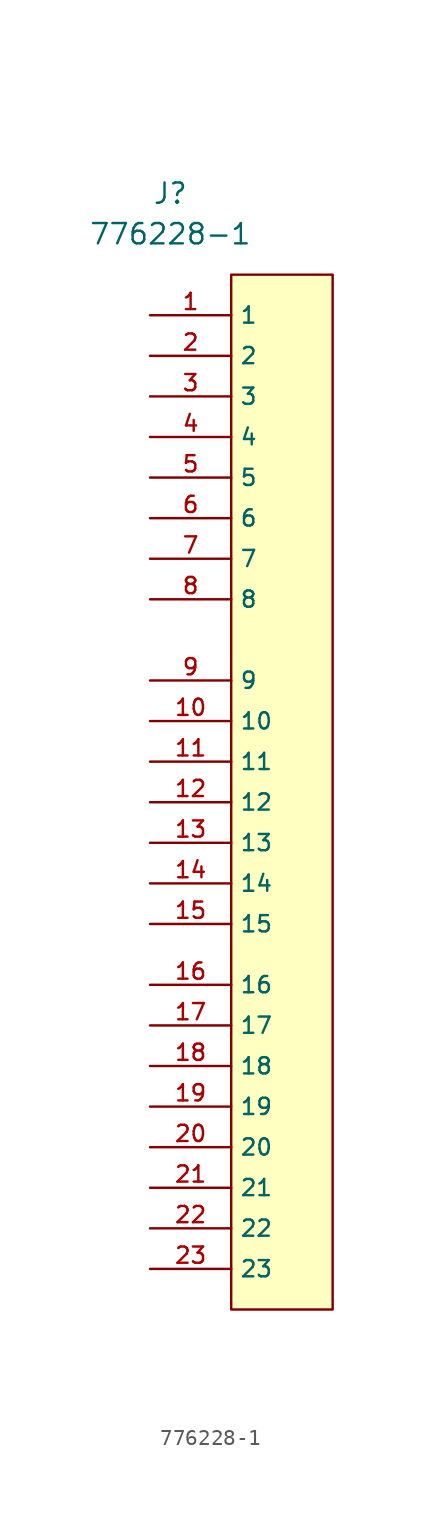
<source format=kicad_sym>
(kicad_symbol_lib
  (version 20211014)
  (generator kicad_symbol_editor)
  (symbol "776228-1"
    (property "Reference" "J"
      (at 1.27 7.62 0)
      (effects (font (size 1.27 1.27))))
    (property "Value" "776228-1"
      (at 1.27 5.08 0)
      (effects (font (size 1.27 1.27))))
    (symbol "776228-1_1_0"
      (pin passive line (at 0 0 0) (length 5.08) (name "1" (effects (font (size 1.016 1.016)))) (number "1" (effects (font (size 1.016 1.016)))))
      (pin passive line (at 0 -25.4 0) (length 5.08) (name "10" (effects (font (size 1.016 1.016)))) (number "10" (effects (font (size 1.016 1.016)))))
      (pin passive line (at 0 -27.94 0) (length 5.08) (name "11" (effects (font (size 1.016 1.016)))) (number "11" (effects (font (size 1.016 1.016)))))
      (pin passive line (at 0 -30.48 0) (length 5.08) (name "12" (effects (font (size 1.016 1.016)))) (number "12" (effects (font (size 1.016 1.016)))))
      (pin passive line (at 0 -33.02 0) (length 5.08) (name "13" (effects (font (size 1.016 1.016)))) (number "13" (effects (font (size 1.016 1.016)))))
      (pin passive line (at 0 -35.56 0) (length 5.08) (name "14" (effects (font (size 1.016 1.016)))) (number "14" (effects (font (size 1.016 1.016)))))
      (pin passive line (at 0 -38.1 0) (length 5.08) (name "15" (effects (font (size 1.016 1.016)))) (number "15" (effects (font (size 1.016 1.016)))))
      (pin passive line (at 0 -41.91 0) (length 5.08) (name "16" (effects (font (size 1.016 1.016)))) (number "16" (effects (font (size 1.016 1.016)))))
      (pin passive line (at 0 -44.45 0) (length 5.08) (name "17" (effects (font (size 1.016 1.016)))) (number "17" (effects (font (size 1.016 1.016)))))
      (pin passive line (at 0 -46.99 0) (length 5.08) (name "18" (effects (font (size 1.016 1.016)))) (number "18" (effects (font (size 1.016 1.016)))))
      (pin passive line (at 0 -49.53 0) (length 5.08) (name "19" (effects (font (size 1.016 1.016)))) (number "19" (effects (font (size 1.016 1.016)))))
      (pin passive line (at 0 -2.54 0) (length 5.08) (name "2" (effects (font (size 1.016 1.016)))) (number "2" (effects (font (size 1.016 1.016)))))
      (pin passive line (at 0 -52.07 0) (length 5.08) (name "20" (effects (font (size 1.016 1.016)))) (number "20" (effects (font (size 1.016 1.016)))))
      (pin passive line (at 0 -54.61 0) (length 5.08) (name "21" (effects (font (size 1.016 1.016)))) (number "21" (effects (font (size 1.016 1.016)))))
      (pin passive line (at 0 -57.15 0) (length 5.08) (name "22" (effects (font (size 1.016 1.016)))) (number "22" (effects (font (size 1.016 1.016)))))
      (pin passive line (at 0 -59.69 0) (length 5.08) (name "23" (effects (font (size 1.016 1.016)))) (number "23" (effects (font (size 1.016 1.016)))))
      (pin passive line (at 0 -5.08 0) (length 5.08) (name "3" (effects (font (size 1.016 1.016)))) (number "3" (effects (font (size 1.016 1.016)))))
      (pin passive line (at 0 -7.62 0) (length 5.08) (name "4" (effects (font (size 1.016 1.016)))) (number "4" (effects (font (size 1.016 1.016)))))
      (pin passive line (at 0 -10.16 0) (length 5.08) (name "5" (effects (font (size 1.016 1.016)))) (number "5" (effects (font (size 1.016 1.016)))))
      (pin passive line (at 0 -12.7 0) (length 5.08) (name "6" (effects (font (size 1.016 1.016)))) (number "6" (effects (font (size 1.016 1.016)))))
      (pin passive line (at 0 -15.24 0) (length 5.08) (name "7" (effects (font (size 1.016 1.016)))) (number "7" (effects (font (size 1.016 1.016)))))
      (pin passive line (at 0 -17.78 0) (length 5.08) (name "8" (effects (font (size 1.016 1.016)))) (number "8" (effects (font (size 1.016 1.016)))))
      (pin passive line (at 0 -22.86 0) (length 5.08) (name "9" (effects (font (size 1.016 1.016)))) (number "9" (effects (font (size 1.016 1.016))))))
    (symbol "776228-1_1_1"
      (rectangle (start 5.08 2.54) (end 11.43 -62.23) (stroke (width 0) (type default) (color 0 0 0 0)) (fill (type background))))))
</source>
